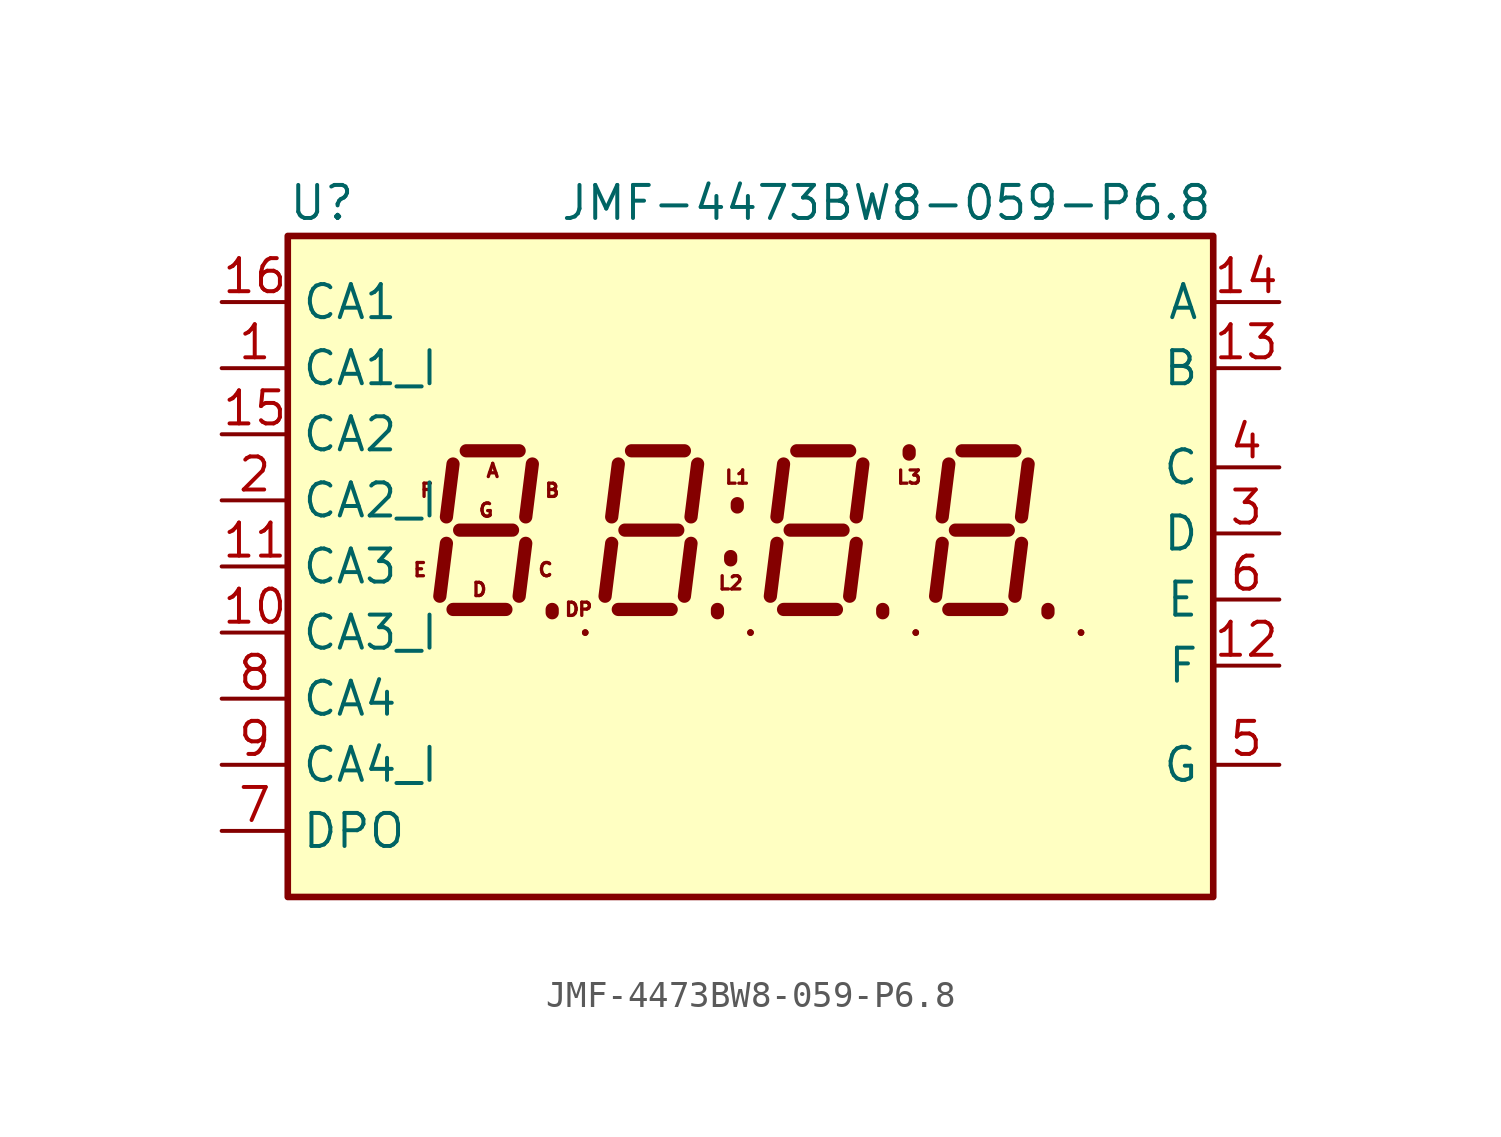
<source format=kicad_sym>
(kicad_symbol_lib
  (version 20231120)
  (generator "kicad_symbol_editor")
  (generator_version "8.0")
  (symbol "JMF-4473BW8-059-P6.8"
    (property "Reference" "U"
      (at -17.78 12.7 0)
      (effects (font (size 1.27 1.27)) (justify left)))
    (property "Value" "JMF-4473BW8-059-P6.8"
      (at 17.78 12.7 0)
      (effects (font (size 1.27 1.27)) (justify right)))
    (symbol "JMF-4473BW8-059-P6.8_0_1"
      (rectangle (start -17.78 11.43) (end 17.78 -13.97) (stroke (width 0.254) (type default)) (fill (type background)))
      (rectangle (start -6.35 -3.81) (end -6.35 -3.81) (stroke (width 0.254) (type default)) (fill (type none)))
      (rectangle (start 0 -3.81) (end 0 -3.81) (stroke (width 0.254) (type default)) (fill (type none)))
      (polyline (pts (xy -6.35 -3.81) (xy -6.35 -3.81)) (stroke (width 0.254) (type default)) (fill (type none)))
      (polyline (pts (xy 0 -3.81) (xy 0 -3.81)) (stroke (width 0.254) (type default)) (fill (type none)))
      (polyline (pts (xy 6.35 -3.81) (xy 6.35 -3.81)) (stroke (width 0.254) (type default)) (fill (type none)))
      (polyline (pts (xy 12.7 -3.81) (xy 12.7 -3.81)) (stroke (width 0.254) (type default)) (fill (type none)))
      (rectangle (start 6.35 -3.81) (end 6.35 -3.81) (stroke (width 0.254) (type default)) (fill (type none)))
      (rectangle (start 12.7 -3.81) (end 12.7 -3.81) (stroke (width 0.254) (type default)) (fill (type none))))
    (symbol "JMF-4473BW8-059-P6.8_1_0"
      (text "A" (at -9.906 2.413 0) (effects (font (size 0.508 0.508))))
      (text "B" (at -7.62 1.651 0) (effects (font (size 0.508 0.508))))
      (text "C" (at -7.874 -1.397 0) (effects (font (size 0.508 0.508))))
      (text "D" (at -10.414 -2.159 0) (effects (font (size 0.508 0.508))))
      (text "DP" (at -6.604 -2.921 0) (effects (font (size 0.508 0.508))))
      (text "E" (at -12.7 -1.397 0) (effects (font (size 0.508 0.508))))
      (text "F" (at -12.446 1.651 0) (effects (font (size 0.508 0.508))))
      (text "G" (at -10.16 0.889 0) (effects (font (size 0.508 0.508))))
      (text "L1" (at -0.508 2.159 0) (effects (font (size 0.508 0.508))))
      (text "L2" (at -0.762 -1.905 0) (effects (font (size 0.508 0.508))))
      (text "L3" (at 6.096 2.159 0) (effects (font (size 0.508 0.508))))
      (pin bidirectional line (at 20.32 -5.08 180) (length 2.54) (name "F" (effects (font (size 1.27 1.27)))) (number "12" (effects (font (size 1.27 1.27)))))
      (pin bidirectional line (at 20.32 -8.89 180) (length 2.54) (name "G" (effects (font (size 1.27 1.27)))) (number "5" (effects (font (size 1.27 1.27))))))
    (symbol "JMF-4473BW8-059-P6.8_1_1"
      (polyline (pts (xy -11.684 -0.381) (xy -11.938 -2.413)) (stroke (width 0.508) (type default)) (fill (type none)))
      (polyline (pts (xy -11.43 -2.921) (xy -9.398 -2.921)) (stroke (width 0.508) (type default)) (fill (type none)))
      (polyline (pts (xy -11.43 2.667) (xy -11.684 0.635)) (stroke (width 0.508) (type default)) (fill (type none)))
      (polyline (pts (xy -11.176 0.127) (xy -9.144 0.127)) (stroke (width 0.508) (type default)) (fill (type none)))
      (polyline (pts (xy -10.922 3.175) (xy -8.89 3.175)) (stroke (width 0.508) (type default)) (fill (type none)))
      (polyline (pts (xy -8.636 -0.381) (xy -8.89 -2.413)) (stroke (width 0.508) (type default)) (fill (type none)))
      (polyline (pts (xy -8.382 2.667) (xy -8.636 0.635)) (stroke (width 0.508) (type default)) (fill (type none)))
      (polyline (pts (xy -7.62 -3.048) (xy -7.62 -2.921)) (stroke (width 0.508) (type default)) (fill (type none)))
      (polyline (pts (xy -5.334 -0.381) (xy -5.588 -2.413)) (stroke (width 0.508) (type default)) (fill (type none)))
      (polyline (pts (xy -5.08 -2.921) (xy -3.048 -2.921)) (stroke (width 0.508) (type default)) (fill (type none)))
      (polyline (pts (xy -5.08 2.667) (xy -5.334 0.635)) (stroke (width 0.508) (type default)) (fill (type none)))
      (polyline (pts (xy -4.826 0.127) (xy -2.794 0.127)) (stroke (width 0.508) (type default)) (fill (type none)))
      (polyline (pts (xy -4.572 3.175) (xy -2.54 3.175)) (stroke (width 0.508) (type default)) (fill (type none)))
      (polyline (pts (xy -2.286 -0.381) (xy -2.54 -2.413)) (stroke (width 0.508) (type default)) (fill (type none)))
      (polyline (pts (xy -2.032 2.667) (xy -2.286 0.635)) (stroke (width 0.508) (type default)) (fill (type none)))
      (polyline (pts (xy -1.27 -3.048) (xy -1.27 -2.921)) (stroke (width 0.508) (type default)) (fill (type none)))
      (polyline (pts (xy -0.762 -1.016) (xy -0.762 -0.889)) (stroke (width 0.508) (type default)) (fill (type none)))
      (polyline (pts (xy -0.508 1.016) (xy -0.508 1.143)) (stroke (width 0.508) (type default)) (fill (type none)))
      (polyline (pts (xy 1.016 -0.381) (xy 0.762 -2.413)) (stroke (width 0.508) (type default)) (fill (type none)))
      (polyline (pts (xy 1.27 -2.921) (xy 3.302 -2.921)) (stroke (width 0.508) (type default)) (fill (type none)))
      (polyline (pts (xy 1.27 2.667) (xy 1.016 0.635)) (stroke (width 0.508) (type default)) (fill (type none)))
      (polyline (pts (xy 1.524 0.127) (xy 3.556 0.127)) (stroke (width 0.508) (type default)) (fill (type none)))
      (polyline (pts (xy 1.778 3.175) (xy 3.81 3.175)) (stroke (width 0.508) (type default)) (fill (type none)))
      (polyline (pts (xy 4.064 -0.381) (xy 3.81 -2.413)) (stroke (width 0.508) (type default)) (fill (type none)))
      (polyline (pts (xy 4.318 2.667) (xy 4.064 0.635)) (stroke (width 0.508) (type default)) (fill (type none)))
      (polyline (pts (xy 5.08 -3.048) (xy 5.08 -2.921)) (stroke (width 0.508) (type default)) (fill (type none)))
      (polyline (pts (xy 6.096 3.048) (xy 6.096 3.175)) (stroke (width 0.508) (type default)) (fill (type none)))
      (polyline (pts (xy 7.366 -0.381) (xy 7.112 -2.413)) (stroke (width 0.508) (type default)) (fill (type none)))
      (polyline (pts (xy 7.62 -2.921) (xy 9.652 -2.921)) (stroke (width 0.508) (type default)) (fill (type none)))
      (polyline (pts (xy 7.62 2.667) (xy 7.366 0.635)) (stroke (width 0.508) (type default)) (fill (type none)))
      (polyline (pts (xy 7.874 0.127) (xy 9.906 0.127)) (stroke (width 0.508) (type default)) (fill (type none)))
      (polyline (pts (xy 8.128 3.175) (xy 10.16 3.175)) (stroke (width 0.508) (type default)) (fill (type none)))
      (polyline (pts (xy 10.414 -0.381) (xy 10.16 -2.413)) (stroke (width 0.508) (type default)) (fill (type none)))
      (polyline (pts (xy 10.668 2.667) (xy 10.414 0.635)) (stroke (width 0.508) (type default)) (fill (type none)))
      (polyline (pts (xy 11.43 -3.048) (xy 11.43 -2.921)) (stroke (width 0.508) (type default)) (fill (type none)))
      (pin input line (at -20.32 6.35 0) (length 2.54) (name "CA1_I" (effects (font (size 1.27 1.27)))) (number "1" (effects (font (size 1.27 1.27)))))
      (pin input line (at -20.32 -3.81 0) (length 2.54) (name "CA3_I" (effects (font (size 1.27 1.27)))) (number "10" (effects (font (size 1.27 1.27)))))
      (pin input line (at -20.32 -1.27 0) (length 2.54) (name "CA3" (effects (font (size 1.27 1.27)))) (number "11" (effects (font (size 1.27 1.27)))))
      (pin bidirectional line (at 20.32 6.35 180) (length 2.54) (name "B" (effects (font (size 1.27 1.27)))) (number "13" (effects (font (size 1.27 1.27)))))
      (pin bidirectional line (at 20.32 8.89 180) (length 2.54) (name "A" (effects (font (size 1.27 1.27)))) (number "14" (effects (font (size 1.27 1.27)))))
      (pin input line (at -20.32 3.81 0) (length 2.54) (name "CA2" (effects (font (size 1.27 1.27)))) (number "15" (effects (font (size 1.27 1.27)))))
      (pin input line (at -20.32 8.89 0) (length 2.54) (name "CA1" (effects (font (size 1.27 1.27)))) (number "16" (effects (font (size 1.27 1.27)))))
      (pin input line (at -20.32 1.27 0) (length 2.54) (name "CA2_I" (effects (font (size 1.27 1.27)))) (number "2" (effects (font (size 1.27 1.27)))))
      (pin bidirectional line (at 20.32 0 180) (length 2.54) (name "D" (effects (font (size 1.27 1.27)))) (number "3" (effects (font (size 1.27 1.27)))))
      (pin bidirectional line (at 20.32 2.54 180) (length 2.54) (name "C" (effects (font (size 1.27 1.27)))) (number "4" (effects (font (size 1.27 1.27)))))
      (pin bidirectional line (at 20.32 -2.54 180) (length 2.54) (name "E" (effects (font (size 1.27 1.27)))) (number "6" (effects (font (size 1.27 1.27)))))
      (pin input line (at -20.32 -11.43 0) (length 2.54) (name "DPO" (effects (font (size 1.27 1.27)))) (number "7" (effects (font (size 1.27 1.27)))))
      (pin input line (at -20.32 -6.35 0) (length 2.54) (name "CA4" (effects (font (size 1.27 1.27)))) (number "8" (effects (font (size 1.27 1.27)))))
      (pin input line (at -20.32 -8.89 0) (length 2.54) (name "CA4_I" (effects (font (size 1.27 1.27)))) (number "9" (effects (font (size 1.27 1.27))))))))
</source>
